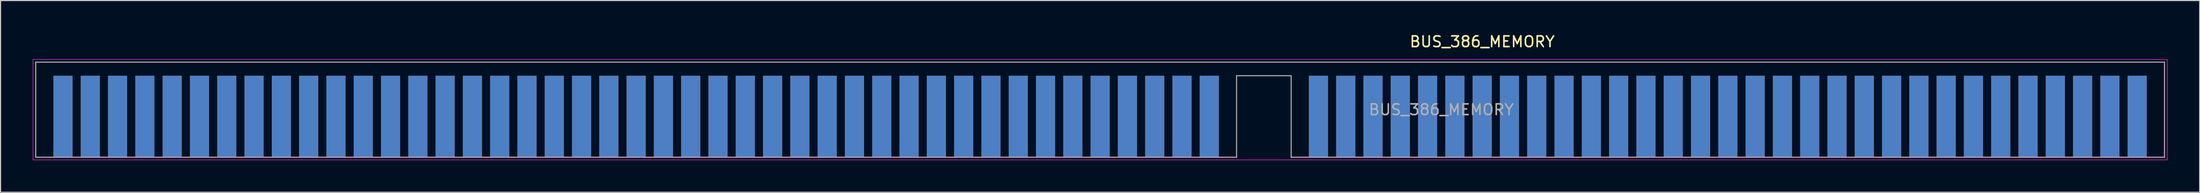
<source format=kicad_pcb>
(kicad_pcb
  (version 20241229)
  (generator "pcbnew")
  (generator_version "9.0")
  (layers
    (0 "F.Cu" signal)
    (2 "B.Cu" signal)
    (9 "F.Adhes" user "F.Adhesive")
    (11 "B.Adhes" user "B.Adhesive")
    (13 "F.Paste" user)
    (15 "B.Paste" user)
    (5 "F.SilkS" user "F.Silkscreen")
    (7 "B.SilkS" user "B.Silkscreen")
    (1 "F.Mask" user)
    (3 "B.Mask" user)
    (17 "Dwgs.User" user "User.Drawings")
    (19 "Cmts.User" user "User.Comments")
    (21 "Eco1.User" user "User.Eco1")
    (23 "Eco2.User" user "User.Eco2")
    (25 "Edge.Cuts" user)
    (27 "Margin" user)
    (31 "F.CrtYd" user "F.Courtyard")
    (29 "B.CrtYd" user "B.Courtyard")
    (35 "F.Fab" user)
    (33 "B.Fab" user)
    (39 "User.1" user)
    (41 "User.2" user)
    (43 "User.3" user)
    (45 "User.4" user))
  (footprint "BUS_386_MEMORY"
    (layer "F.Cu")
    (at 195.855 7.838)
    (property "Reference" "BUS_386_MEMORY" (at -60.96 -6.99 0) (layer "F.SilkS") (effects (font (size 1 1) (thickness 0.15))))
    (attr exclude_from_pos_files exclude_from_bom)
    (fp_line (start -195.83 -5.33) (end -195.83 4.06) (stroke (width 0.05) (type solid)) (layer "F.CrtYd"))
    (fp_line (start -195.83 -5.33) (end 2.79 -5.33) (stroke (width 0.05) (type solid)) (layer "F.CrtYd"))
    (fp_line (start 2.79 4.06) (end -195.83 4.06) (stroke (width 0.05) (type solid)) (layer "F.CrtYd"))
    (fp_line (start 2.79 4.06) (end 2.79 -5.33) (stroke (width 0.05) (type solid)) (layer "F.CrtYd"))
    (fp_line (start -195.58 -5.08) (end 2.54 -5.08) (stroke (width 0.1) (type solid)) (layer "F.Fab"))
    (fp_line (start -195.58 3.81) (end -195.58 -5.08) (stroke (width 0.1) (type solid)) (layer "F.Fab"))
    (fp_line (start -83.82 -3.81) (end -83.82 3.81) (stroke (width 0.1) (type solid)) (layer "F.Fab"))
    (fp_line (start -83.82 3.81) (end -195.58 3.81) (stroke (width 0.1) (type solid)) (layer "F.Fab"))
    (fp_line (start -78.74 -3.81) (end -83.82 -3.81) (stroke (width 0.1) (type solid)) (layer "F.Fab"))
    (fp_line (start -78.74 3.81) (end -78.74 -3.81) (stroke (width 0.1) (type solid)) (layer "F.Fab"))
    (fp_line (start 2.54 -5.08) (end 2.54 3.81) (stroke (width 0.1) (type solid)) (layer "F.Fab"))
    (fp_line (start 2.54 3.81) (end -78.74 3.81) (stroke (width 0.1) (type solid)) (layer "F.Fab"))
    (fp_text user "${REFERENCE}" (at -64.77 -0.635 0) (layer "F.Fab") (effects (font (size 1 1) (thickness 0.15))))
    (pad "1" connect rect (at 0 0) (size 1.78 7.62) (layers "B.Cu" "B.Mask"))
    (pad "2" connect rect (at -2.54 0) (size 1.78 7.62) (layers "B.Cu" "B.Mask"))
    (pad "3" connect rect (at -5.08 0) (size 1.78 7.62) (layers "B.Cu" "B.Mask"))
    (pad "4" connect rect (at -7.62 0) (size 1.78 7.62) (layers "B.Cu" "B.Mask"))
    (pad "5" connect rect (at -10.16 0) (size 1.78 7.62) (layers "B.Cu" "B.Mask"))
    (pad "6" connect rect (at -12.7 0) (size 1.78 7.62) (layers "B.Cu" "B.Mask"))
    (pad "7" connect rect (at -15.24 0) (size 1.78 7.62) (layers "B.Cu" "B.Mask"))
    (pad "8" connect rect (at -17.78 0) (size 1.78 7.62) (layers "B.Cu" "B.Mask"))
    (pad "9" connect rect (at -20.32 0) (size 1.78 7.62) (layers "B.Cu" "B.Mask"))
    (pad "10" connect rect (at -22.86 0) (size 1.78 7.62) (layers "B.Cu" "B.Mask"))
    (pad "11" connect rect (at -25.4 0) (size 1.78 7.62) (layers "B.Cu" "B.Mask"))
    (pad "12" connect rect (at -27.94 0) (size 1.78 7.62) (layers "B.Cu" "B.Mask"))
    (pad "13" connect rect (at -30.48 0) (size 1.78 7.62) (layers "B.Cu" "B.Mask"))
    (pad "14" connect rect (at -33.02 0) (size 1.78 7.62) (layers "B.Cu" "B.Mask"))
    (pad "15" connect rect (at -35.56 0) (size 1.78 7.62) (layers "B.Cu" "B.Mask"))
    (pad "16" connect rect (at -38.1 0) (size 1.78 7.62) (layers "B.Cu" "B.Mask"))
    (pad "17" connect rect (at -40.64 0) (size 1.78 7.62) (layers "B.Cu" "B.Mask"))
    (pad "18" connect rect (at -43.18 0) (size 1.78 7.62) (layers "B.Cu" "B.Mask"))
    (pad "19" connect rect (at -45.72 0) (size 1.78 7.62) (layers "B.Cu" "B.Mask"))
    (pad "20" connect rect (at -48.26 0) (size 1.78 7.62) (layers "B.Cu" "B.Mask"))
    (pad "21" connect rect (at -50.8 0) (size 1.78 7.62) (layers "B.Cu" "B.Mask"))
    (pad "22" connect rect (at -53.34 0) (size 1.78 7.62) (layers "B.Cu" "B.Mask"))
    (pad "23" connect rect (at -55.88 0) (size 1.78 7.62) (layers "B.Cu" "B.Mask"))
    (pad "24" connect rect (at -58.42 0) (size 1.78 7.62) (layers "B.Cu" "B.Mask"))
    (pad "25" connect rect (at -60.96 0) (size 1.78 7.62) (layers "B.Cu" "B.Mask"))
    (pad "26" connect rect (at -63.5 0) (size 1.78 7.62) (layers "B.Cu" "B.Mask"))
    (pad "27" connect rect (at -66.04 0) (size 1.78 7.62) (layers "B.Cu" "B.Mask"))
    (pad "28" connect rect (at -68.58 0) (size 1.78 7.62) (layers "B.Cu" "B.Mask"))
    (pad "29" connect rect (at -71.12 0) (size 1.78 7.62) (layers "B.Cu" "B.Mask"))
    (pad "30" connect rect (at -73.66 0) (size 1.78 7.62) (layers "B.Cu" "B.Mask"))
    (pad "31" connect rect (at -76.2 0) (size 1.78 7.62) (layers "B.Cu" "B.Mask"))
    (pad "32" connect rect (at 0 0) (size 1.78 7.62) (layers "F.Cu" "F.Mask"))
    (pad "33" connect rect (at -2.54 0) (size 1.78 7.62) (layers "F.Cu" "F.Mask"))
    (pad "34" connect rect (at -5.08 0) (size 1.78 7.62) (layers "F.Cu" "F.Mask"))
    (pad "35" connect rect (at -7.62 0) (size 1.78 7.62) (layers "F.Cu" "F.Mask"))
    (pad "36" connect rect (at -10.16 0) (size 1.78 7.62) (layers "F.Cu" "F.Mask"))
    (pad "37" connect rect (at -12.7 0) (size 1.78 7.62) (layers "F.Cu" "F.Mask"))
    (pad "38" connect rect (at -15.24 0) (size 1.78 7.62) (layers "F.Cu" "F.Mask"))
    (pad "39" connect rect (at -17.78 0) (size 1.78 7.62) (layers "F.Cu" "F.Mask"))
    (pad "40" connect rect (at -20.32 0) (size 1.78 7.62) (layers "F.Cu" "F.Mask"))
    (pad "41" connect rect (at -22.86 0) (size 1.78 7.62) (layers "F.Cu" "F.Mask"))
    (pad "42" connect rect (at -25.4 0) (size 1.78 7.62) (layers "F.Cu" "F.Mask"))
    (pad "43" connect rect (at -27.94 0) (size 1.78 7.62) (layers "F.Cu" "F.Mask"))
    (pad "44" connect rect (at -30.48 0) (size 1.78 7.62) (layers "F.Cu" "F.Mask"))
    (pad "45" connect rect (at -33.02 0) (size 1.78 7.62) (layers "F.Cu" "F.Mask"))
    (pad "46" connect rect (at -35.56 0) (size 1.78 7.62) (layers "F.Cu" "F.Mask"))
    (pad "47" connect rect (at -38.1 0) (size 1.78 7.62) (layers "F.Cu" "F.Mask"))
    (pad "48" connect rect (at -40.64 0) (size 1.78 7.62) (layers "F.Cu" "F.Mask"))
    (pad "49" connect rect (at -43.18 0) (size 1.78 7.62) (layers "F.Cu" "F.Mask"))
    (pad "50" connect rect (at -45.72 0) (size 1.78 7.62) (layers "F.Cu" "F.Mask"))
    (pad "51" connect rect (at -48.26 0) (size 1.78 7.62) (layers "F.Cu" "F.Mask"))
    (pad "52" connect rect (at -50.8 0) (size 1.78 7.62) (layers "F.Cu" "F.Mask"))
    (pad "53" connect rect (at -53.34 0) (size 1.78 7.62) (layers "F.Cu" "F.Mask"))
    (pad "54" connect rect (at -55.88 0) (size 1.78 7.62) (layers "F.Cu" "F.Mask"))
    (pad "55" connect rect (at -58.42 0) (size 1.78 7.62) (layers "F.Cu" "F.Mask"))
    (pad "56" connect rect (at -60.96 0) (size 1.78 7.62) (layers "F.Cu" "F.Mask"))
    (pad "57" connect rect (at -63.5 0) (size 1.78 7.62) (layers "F.Cu" "F.Mask"))
    (pad "58" connect rect (at -66.04 0) (size 1.78 7.62) (layers "F.Cu" "F.Mask"))
    (pad "59" connect rect (at -68.58 0) (size 1.78 7.62) (layers "F.Cu" "F.Mask"))
    (pad "60" connect rect (at -71.12 0) (size 1.78 7.62) (layers "F.Cu" "F.Mask"))
    (pad "61" connect rect (at -73.66 0) (size 1.78 7.62) (layers "F.Cu" "F.Mask"))
    (pad "62" connect rect (at -76.2 0) (size 1.78 7.62) (layers "F.Cu" "F.Mask"))
    (pad "63" connect rect (at -86.36 0) (size 1.78 7.62) (layers "B.Cu" "B.Mask"))
    (pad "64" connect rect (at -88.9 0) (size 1.78 7.62) (layers "B.Cu" "B.Mask"))
    (pad "65" connect rect (at -91.44 0) (size 1.78 7.62) (layers "B.Cu" "B.Mask"))
    (pad "66" connect rect (at -93.98 0) (size 1.78 7.62) (layers "B.Cu" "B.Mask"))
    (pad "67" connect rect (at -96.52 0) (size 1.78 7.62) (layers "B.Cu" "B.Mask"))
    (pad "68" connect rect (at -99.06 0) (size 1.78 7.62) (layers "B.Cu" "B.Mask"))
    (pad "69" connect rect (at -101.6 0) (size 1.78 7.62) (layers "B.Cu" "B.Mask"))
    (pad "70" connect rect (at -104.14 0) (size 1.78 7.62) (layers "B.Cu" "B.Mask"))
    (pad "71" connect rect (at -106.68 0) (size 1.78 7.62) (layers "B.Cu" "B.Mask"))
    (pad "72" connect rect (at -109.22 0) (size 1.78 7.62) (layers "B.Cu" "B.Mask"))
    (pad "73" connect rect (at -111.76 0) (size 1.78 7.62) (layers "B.Cu" "B.Mask"))
    (pad "74" connect rect (at -114.3 0) (size 1.78 7.62) (layers "B.Cu" "B.Mask"))
    (pad "75" connect rect (at -116.84 0) (size 1.78 7.62) (layers "B.Cu" "B.Mask"))
    (pad "76" connect rect (at -119.38 0) (size 1.78 7.62) (layers "B.Cu" "B.Mask"))
    (pad "77" connect rect (at -121.92 0) (size 1.78 7.62) (layers "B.Cu" "B.Mask"))
    (pad "78" connect rect (at -124.46 0) (size 1.78 7.62) (layers "B.Cu" "B.Mask"))
    (pad "79" connect rect (at -127 0) (size 1.78 7.62) (layers "B.Cu" "B.Mask"))
    (pad "80" connect rect (at -129.54 0) (size 1.78 7.62) (layers "B.Cu" "B.Mask"))
    (pad "81" connect rect (at -132.08 0) (size 1.78 7.62) (layers "B.Cu" "B.Mask"))
    (pad "82" connect rect (at -134.62 0) (size 1.78 7.62) (layers "B.Cu" "B.Mask"))
    (pad "83" connect rect (at -137.16 0) (size 1.78 7.62) (layers "B.Cu" "B.Mask"))
    (pad "84" connect rect (at -139.7 0) (size 1.78 7.62) (layers "B.Cu" "B.Mask"))
    (pad "85" connect rect (at -142.24 0) (size 1.78 7.62) (layers "B.Cu" "B.Mask"))
    (pad "86" connect rect (at -144.78 0) (size 1.78 7.62) (layers "B.Cu" "B.Mask"))
    (pad "87" connect rect (at -147.32 0) (size 1.78 7.62) (layers "B.Cu" "B.Mask"))
    (pad "88" connect rect (at -149.86 0) (size 1.78 7.62) (layers "B.Cu" "B.Mask"))
    (pad "89" connect rect (at -152.4 0) (size 1.78 7.62) (layers "B.Cu" "B.Mask"))
    (pad "90" connect rect (at -154.94 0) (size 1.78 7.62) (layers "B.Cu" "B.Mask"))
    (pad "91" connect rect (at -157.48 0) (size 1.78 7.62) (layers "B.Cu" "B.Mask"))
    (pad "92" connect rect (at -160.02 0) (size 1.78 7.62) (layers "B.Cu" "B.Mask"))
    (pad "93" connect rect (at -162.56 0) (size 1.78 7.62) (layers "B.Cu" "B.Mask"))
    (pad "94" connect rect (at -165.1 0) (size 1.78 7.62) (layers "B.Cu" "B.Mask"))
    (pad "95" connect rect (at -167.64 0) (size 1.78 7.62) (layers "B.Cu" "B.Mask"))
    (pad "96" connect rect (at -170.18 0) (size 1.78 7.62) (layers "B.Cu" "B.Mask"))
    (pad "97" connect rect (at -172.72 0) (size 1.78 7.62) (layers "B.Cu" "B.Mask"))
    (pad "98" connect rect (at -175.26 0) (size 1.78 7.62) (layers "B.Cu" "B.Mask"))
    (pad "99" connect rect (at -177.8 0) (size 1.78 7.62) (layers "B.Cu" "B.Mask"))
    (pad "100" connect rect (at -180.34 0) (size 1.78 7.62) (layers "B.Cu" "B.Mask"))
    (pad "101" connect rect (at -182.88 0) (size 1.78 7.62) (layers "B.Cu" "B.Mask"))
    (pad "102" connect rect (at -185.42 0) (size 1.78 7.62) (layers "B.Cu" "B.Mask"))
    (pad "103" connect rect (at -187.96 0) (size 1.78 7.62) (layers "B.Cu" "B.Mask"))
    (pad "104" connect rect (at -190.5 0) (size 1.78 7.62) (layers "B.Cu" "B.Mask"))
    (pad "105" connect rect (at -193.04 0) (size 1.78 7.62) (layers "B.Cu" "B.Mask"))
    (pad "106" connect rect (at -86.36 0) (size 1.78 7.62) (layers "F.Cu" "F.Mask"))
    (pad "107" connect rect (at -88.9 0) (size 1.78 7.62) (layers "F.Cu" "F.Mask"))
    (pad "108" connect rect (at -91.44 0) (size 1.78 7.62) (layers "F.Cu" "F.Mask"))
    (pad "109" connect rect (at -93.98 0) (size 1.78 7.62) (layers "F.Cu" "F.Mask"))
    (pad "110" connect rect (at -96.52 0) (size 1.78 7.62) (layers "F.Cu" "F.Mask"))
    (pad "111" connect rect (at -99.06 0) (size 1.78 7.62) (layers "F.Cu" "F.Mask"))
    (pad "112" connect rect (at -101.6 0) (size 1.78 7.62) (layers "F.Cu" "F.Mask"))
    (pad "113" connect rect (at -104.14 0) (size 1.78 7.62) (layers "F.Cu" "F.Mask"))
    (pad "114" connect rect (at -106.68 0) (size 1.78 7.62) (layers "F.Cu" "F.Mask"))
    (pad "115" connect rect (at -109.22 0) (size 1.78 7.62) (layers "F.Cu" "F.Mask"))
    (pad "116" connect rect (at -111.76 0) (size 1.78 7.62) (layers "F.Cu" "F.Mask"))
    (pad "117" connect rect (at -114.3 0) (size 1.78 7.62) (layers "F.Cu" "F.Mask"))
    (pad "118" connect rect (at -116.84 0) (size 1.78 7.62) (layers "F.Cu" "F.Mask"))
    (pad "119" connect rect (at -119.38 0) (size 1.78 7.62) (layers "F.Cu" "F.Mask"))
    (pad "120" connect rect (at -121.92 0) (size 1.78 7.62) (layers "F.Cu" "F.Mask"))
    (pad "121" connect rect (at -124.46 0) (size 1.78 7.62) (layers "F.Cu" "F.Mask"))
    (pad "122" connect rect (at -127 0) (size 1.78 7.62) (layers "F.Cu" "F.Mask"))
    (pad "123" connect rect (at -129.54 0) (size 1.78 7.62) (layers "F.Cu" "F.Mask"))
    (pad "124" connect rect (at -132.08 0) (size 1.78 7.62) (layers "F.Cu" "F.Mask"))
    (pad "125" connect rect (at -134.62 0) (size 1.78 7.62) (layers "F.Cu" "F.Mask"))
    (pad "126" connect rect (at -137.16 0) (size 1.78 7.62) (layers "F.Cu" "F.Mask"))
    (pad "127" connect rect (at -139.7 0) (size 1.78 7.62) (layers "F.Cu" "F.Mask"))
    (pad "128" connect rect (at -142.24 0) (size 1.78 7.62) (layers "F.Cu" "F.Mask"))
    (pad "129" connect rect (at -144.78 0) (size 1.78 7.62) (layers "F.Cu" "F.Mask"))
    (pad "130" connect rect (at -147.32 0) (size 1.78 7.62) (layers "F.Cu" "F.Mask"))
    (pad "131" connect rect (at -149.86 0) (size 1.78 7.62) (layers "F.Cu" "F.Mask"))
    (pad "132" connect rect (at -152.4 0) (size 1.78 7.62) (layers "F.Cu" "F.Mask"))
    (pad "133" connect rect (at -154.94 0) (size 1.78 7.62) (layers "F.Cu" "F.Mask"))
    (pad "134" connect rect (at -157.48 0) (size 1.78 7.62) (layers "F.Cu" "F.Mask"))
    (pad "135" connect rect (at -160.02 0) (size 1.78 7.62) (layers "F.Cu" "F.Mask"))
    (pad "136" connect rect (at -162.56 0) (size 1.78 7.62) (layers "F.Cu" "F.Mask"))
    (pad "137" connect rect (at -165.1 0) (size 1.78 7.62) (layers "F.Cu" "F.Mask"))
    (pad "138" connect rect (at -167.64 0) (size 1.78 7.62) (layers "F.Cu" "F.Mask"))
    (pad "139" connect rect (at -170.18 0) (size 1.78 7.62) (layers "F.Cu" "F.Mask"))
    (pad "140" connect rect (at -172.72 0) (size 1.78 7.62) (layers "F.Cu" "F.Mask"))
    (pad "141" connect rect (at -175.26 0) (size 1.78 7.62) (layers "F.Cu" "F.Mask"))
    (pad "142" connect rect (at -177.8 0) (size 1.78 7.62) (layers "F.Cu" "F.Mask"))
    (pad "143" connect rect (at -180.34 0) (size 1.78 7.62) (layers "F.Cu" "F.Mask"))
    (pad "144" connect rect (at -182.88 0) (size 1.78 7.62) (layers "F.Cu" "F.Mask"))
    (pad "145" connect rect (at -185.42 0) (size 1.78 7.62) (layers "F.Cu" "F.Mask"))
    (pad "146" connect rect (at -187.96 0) (size 1.78 7.62) (layers "F.Cu" "F.Mask"))
    (pad "147" connect rect (at -190.5 0) (size 1.78 7.62) (layers "F.Cu" "F.Mask"))
    (pad "148" connect rect (at -193.04 0) (size 1.78 7.62) (layers "F.Cu" "F.Mask")))
  (gr_rect
    (start -3 -3)
    (end 201.67 14.923)
    (stroke (width 0.1) (type default))
    (fill no)
    (layer "Edge.Cuts")))
</source>
